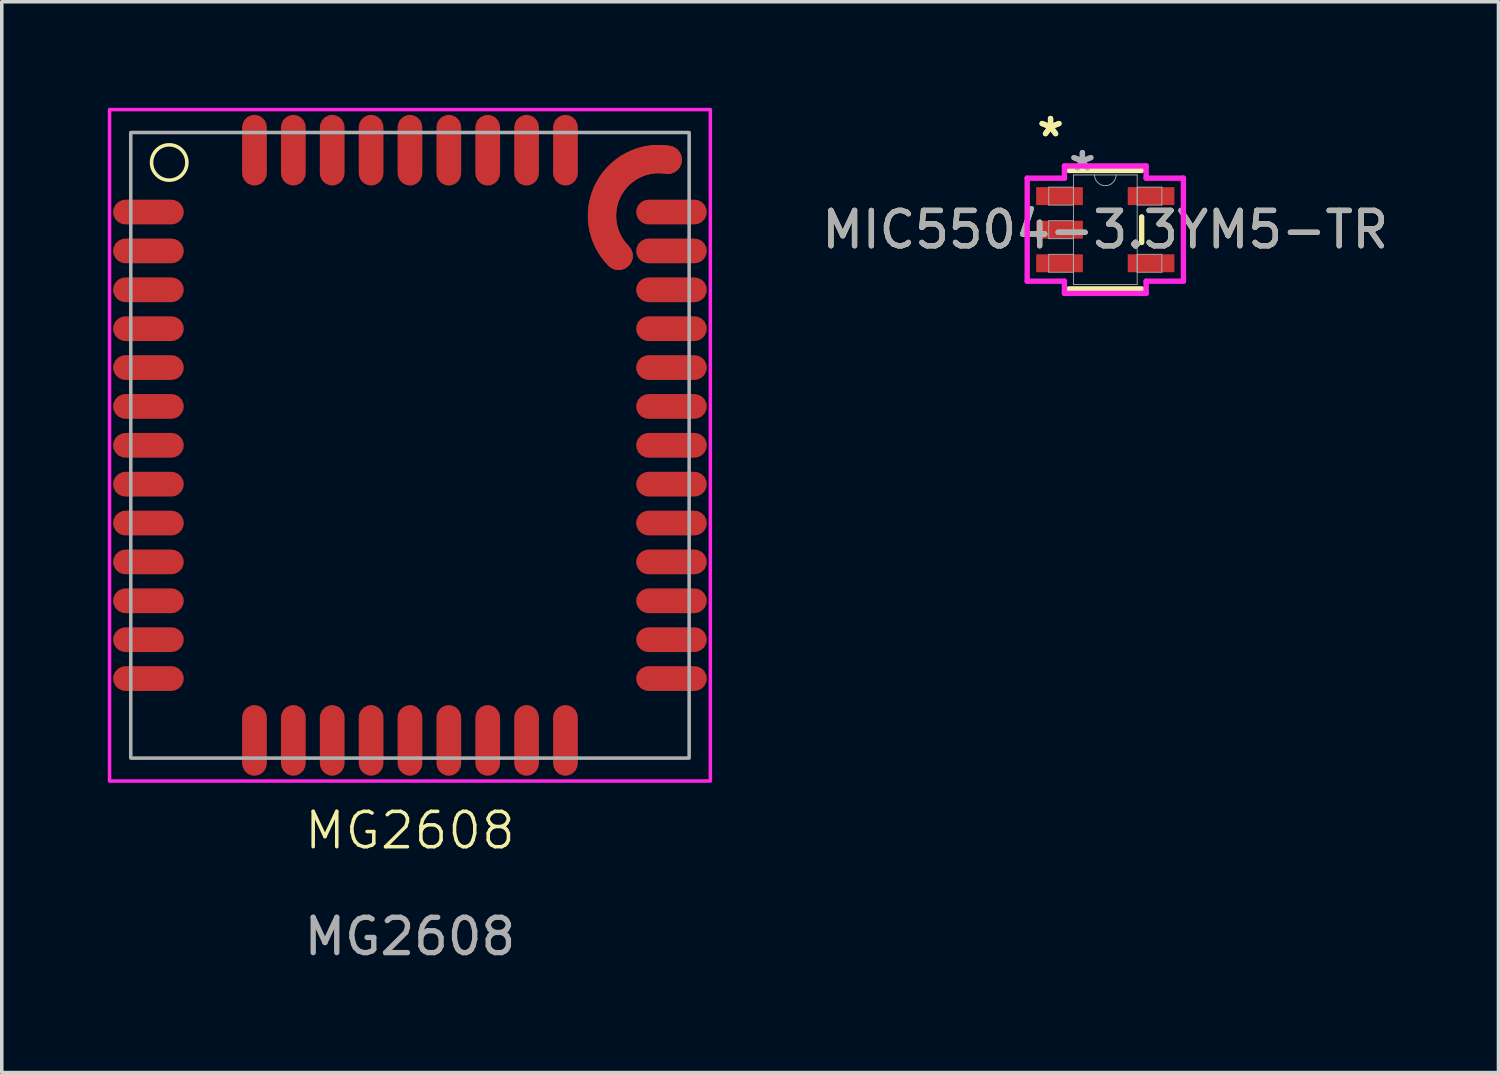
<source format=kicad_pcb>
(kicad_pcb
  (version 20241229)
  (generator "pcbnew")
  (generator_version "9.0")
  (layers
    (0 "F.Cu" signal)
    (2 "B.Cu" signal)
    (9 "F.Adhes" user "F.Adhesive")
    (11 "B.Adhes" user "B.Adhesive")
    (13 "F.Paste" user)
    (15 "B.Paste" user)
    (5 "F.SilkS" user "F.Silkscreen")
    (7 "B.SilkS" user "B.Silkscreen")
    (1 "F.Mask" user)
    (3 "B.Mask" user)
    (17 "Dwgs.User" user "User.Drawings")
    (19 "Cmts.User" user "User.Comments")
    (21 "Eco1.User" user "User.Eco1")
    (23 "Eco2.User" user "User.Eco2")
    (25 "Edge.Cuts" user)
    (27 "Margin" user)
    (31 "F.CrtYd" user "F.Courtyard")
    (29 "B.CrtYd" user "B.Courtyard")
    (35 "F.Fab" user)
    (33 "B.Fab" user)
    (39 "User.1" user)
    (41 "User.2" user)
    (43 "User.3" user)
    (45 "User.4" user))
  (footprint "MG2608"
    (layer "F.Cu")
    (at 8.55 9.55)
    (property "Reference" "MG2608" (at 0 10.9 0) (unlocked yes) (layer "F.SilkS") (effects (font (size 1 1) (thickness 0.1))))
    (attr smd)
    (fp_arc (start 5.904059 -5.36) (mid 5.60994 -7.224656) (end 7.29353 -8.078453) (stroke (width 0.8) (type default)) (layer "F.Cu"))
    (fp_arc (start 5.904059 -5.36) (mid 5.60994 -7.224656) (end 7.29353 -8.078453) (stroke (width 0.8) (type default)) (layer "F.Cu"))
    (fp_circle (center -6.812 -8.002) (end -6.312 -8.002) (stroke (width 0.1) (type default)) (fill no) (layer "F.SilkS"))
    (fp_arc (start 5.904059 -5.36) (mid 5.609939 -7.224655) (end 7.29353 -8.078453) (stroke (width 0.8) (type default)) (layer "F.Paste"))
    (fp_rect (start -8.5 -9.5) (end 8.5 9.5) (stroke (width 0.1) (type default)) (fill no) (layer "F.CrtYd"))
    (fp_rect (start -7.9 -8.85) (end 7.9 8.85) (stroke (width 0.1) (type default)) (fill no) (layer "F.Fab"))
    (fp_text user "${REFERENCE}" (at 0 13.9 0) (unlocked yes) (layer "F.Fab") (effects (font (size 1 1) (thickness 0.15))))
    (pad "1" smd roundrect (at -7.4 -6.6 270) (size 0.7 2) (layers "F.Cu" "F.Mask" "F.Paste") (roundrect_rratio 0.5))
    (pad "2" smd roundrect (at -7.4 -5.5 270) (size 0.7 2) (layers "F.Cu" "F.Mask" "F.Paste") (roundrect_rratio 0.5))
    (pad "3" smd roundrect (at -7.4 -4.4 270) (size 0.7 2) (layers "F.Cu" "F.Mask" "F.Paste") (roundrect_rratio 0.5))
    (pad "4" smd roundrect (at -7.4 -3.3 270) (size 0.7 2) (layers "F.Cu" "F.Mask" "F.Paste") (roundrect_rratio 0.5))
    (pad "5" smd roundrect (at -7.4 -2.2 270) (size 0.7 2) (layers "F.Cu" "F.Mask" "F.Paste") (roundrect_rratio 0.5))
    (pad "6" smd roundrect (at -7.4 -1.1 270) (size 0.7 2) (layers "F.Cu" "F.Mask" "F.Paste") (roundrect_rratio 0.5))
    (pad "7" smd roundrect (at -7.4 0 270) (size 0.7 2) (layers "F.Cu" "F.Mask" "F.Paste") (roundrect_rratio 0.5))
    (pad "8" smd roundrect (at -7.4 1.1 270) (size 0.7 2) (layers "F.Cu" "F.Mask" "F.Paste") (roundrect_rratio 0.5))
    (pad "9" smd roundrect (at -7.4 2.2 270) (size 0.7 2) (layers "F.Cu" "F.Mask" "F.Paste") (roundrect_rratio 0.5))
    (pad "10" smd roundrect (at -7.4 3.3 270) (size 0.7 2) (layers "F.Cu" "F.Mask" "F.Paste") (roundrect_rratio 0.5))
    (pad "11" smd roundrect (at -7.4 4.4 270) (size 0.7 2) (layers "F.Cu" "F.Mask" "F.Paste") (roundrect_rratio 0.5))
    (pad "12" smd roundrect (at -7.4 5.5 270) (size 0.7 2) (layers "F.Cu" "F.Mask" "F.Paste") (roundrect_rratio 0.5))
    (pad "13" smd roundrect (at -7.4 6.6 270) (size 0.7 2) (layers "F.Cu" "F.Mask" "F.Paste") (roundrect_rratio 0.5))
    (pad "14" smd roundrect (at -4.4 8.35) (size 0.7 2) (layers "F.Cu" "F.Mask" "F.Paste") (roundrect_rratio 0.5))
    (pad "15" smd roundrect (at -3.3 8.35) (size 0.7 2) (layers "F.Cu" "F.Mask" "F.Paste") (roundrect_rratio 0.5))
    (pad "16" smd roundrect (at -2.2 8.35) (size 0.7 2) (layers "F.Cu" "F.Mask" "F.Paste") (roundrect_rratio 0.5))
    (pad "17" smd roundrect (at -1.1 8.35) (size 0.7 2) (layers "F.Cu" "F.Mask" "F.Paste") (roundrect_rratio 0.5))
    (pad "18" smd roundrect (at 0 8.35) (size 0.7 2) (layers "F.Cu" "F.Mask" "F.Paste") (roundrect_rratio 0.5))
    (pad "19" smd roundrect (at 1.1 8.35) (size 0.7 2) (layers "F.Cu" "F.Mask" "F.Paste") (roundrect_rratio 0.5))
    (pad "20" smd roundrect (at 2.2 8.35) (size 0.7 2) (layers "F.Cu" "F.Mask" "F.Paste") (roundrect_rratio 0.5))
    (pad "21" smd roundrect (at 3.3 8.35) (size 0.7 2) (layers "F.Cu" "F.Mask" "F.Paste") (roundrect_rratio 0.5))
    (pad "22" smd roundrect (at 4.4 8.35) (size 0.7 2) (layers "F.Cu" "F.Mask" "F.Paste") (roundrect_rratio 0.5))
    (pad "23" smd roundrect (at 7.4 6.6 90) (size 0.7 2) (layers "F.Cu" "F.Mask" "F.Paste") (roundrect_rratio 0.5))
    (pad "24" smd roundrect (at 7.4 5.5 90) (size 0.7 2) (layers "F.Cu" "F.Mask" "F.Paste") (roundrect_rratio 0.5))
    (pad "25" smd roundrect (at 7.4 4.4 90) (size 0.7 2) (layers "F.Cu" "F.Mask" "F.Paste") (roundrect_rratio 0.5))
    (pad "26" smd roundrect (at 7.4 3.3 90) (size 0.7 2) (layers "F.Cu" "F.Mask" "F.Paste") (roundrect_rratio 0.5))
    (pad "27" smd roundrect (at 7.4 2.2 90) (size 0.7 2) (layers "F.Cu" "F.Mask" "F.Paste") (roundrect_rratio 0.5))
    (pad "28" smd roundrect (at 7.4 1.1 90) (size 0.7 2) (layers "F.Cu" "F.Mask" "F.Paste") (roundrect_rratio 0.5))
    (pad "29" smd roundrect (at 7.4 0 90) (size 0.7 2) (layers "F.Cu" "F.Mask" "F.Paste") (roundrect_rratio 0.5))
    (pad "30" smd roundrect (at 7.4 -1.1 90) (size 0.7 2) (layers "F.Cu" "F.Mask" "F.Paste") (roundrect_rratio 0.5))
    (pad "31" smd roundrect (at 7.4 -2.2 90) (size 0.7 2) (layers "F.Cu" "F.Mask" "F.Paste") (roundrect_rratio 0.5))
    (pad "32" smd roundrect (at 7.4 -3.3 90) (size 0.7 2) (layers "F.Cu" "F.Mask" "F.Paste") (roundrect_rratio 0.5))
    (pad "33" smd roundrect (at 7.4 -4.4 90) (size 0.7 2) (layers "F.Cu" "F.Mask" "F.Paste") (roundrect_rratio 0.5))
    (pad "34" smd roundrect (at 7.4 -5.5 90) (size 0.7 2) (layers "F.Cu" "F.Mask" "F.Paste") (roundrect_rratio 0.5))
    (pad "35" smd roundrect (at 7.4 -6.6 90) (size 0.7 2) (layers "F.Cu" "F.Mask" "F.Paste") (roundrect_rratio 0.5))
    (pad "36" smd roundrect (at 4.4 -8.35) (size 0.7 2) (layers "F.Cu" "F.Mask" "F.Paste") (roundrect_rratio 0.5))
    (pad "37" smd roundrect (at 3.3 -8.35) (size 0.7 2) (layers "F.Cu" "F.Mask" "F.Paste") (roundrect_rratio 0.5))
    (pad "38" smd roundrect (at 2.2 -8.35) (size 0.7 2) (layers "F.Cu" "F.Mask" "F.Paste") (roundrect_rratio 0.5))
    (pad "39" smd roundrect (at 1.1 -8.35) (size 0.7 2) (layers "F.Cu" "F.Mask" "F.Paste") (roundrect_rratio 0.5))
    (pad "40" smd roundrect (at 0 -8.35) (size 0.7 2) (layers "F.Cu" "F.Mask" "F.Paste") (roundrect_rratio 0.5))
    (pad "41" smd roundrect (at -1.1 -8.35) (size 0.7 2) (layers "F.Cu" "F.Mask" "F.Paste") (roundrect_rratio 0.5))
    (pad "42" smd roundrect (at -2.2 -8.35) (size 0.7 2) (layers "F.Cu" "F.Mask" "F.Paste") (roundrect_rratio 0.5))
    (pad "43" smd roundrect (at -3.3 -8.35) (size 0.7 2) (layers "F.Cu" "F.Mask" "F.Paste") (roundrect_rratio 0.5))
    (pad "44" smd roundrect (at -4.4 -8.35) (size 0.7 2) (layers "F.Cu" "F.Mask" "F.Paste") (roundrect_rratio 0.5)))
  (footprint "MIC5504-3.3YM5-TR"
    (layer "F.Cu")
    (at 28.225 3.449)
    (property "Reference" "MIC5504-3.3YM5-TR" (at 0 0 0) (unlocked yes) (layer "F.SilkS") (effects (font (size 1 1) (thickness 0.15))))
    (attr smd)
    (fp_line (start -1.029 1.676) (end 1.029 1.676) (stroke (width 0.152) (type solid)) (layer "F.SilkS"))
    (fp_line (start 1.029 -1.676) (end -1.029 -1.676) (stroke (width 0.152) (type solid)) (layer "F.SilkS"))
    (fp_line (start 1.029 0.363) (end 1.029 -0.363) (stroke (width 0.152) (type solid)) (layer "F.SilkS"))
    (fp_line (start -2.21 -1.458) (end -1.156 -1.458) (stroke (width 0.152) (type solid)) (layer "F.CrtYd"))
    (fp_line (start -2.21 1.458) (end -2.21 -1.458) (stroke (width 0.152) (type solid)) (layer "F.CrtYd"))
    (fp_line (start -1.156 -1.803) (end 1.156 -1.803) (stroke (width 0.152) (type solid)) (layer "F.CrtYd"))
    (fp_line (start -1.156 -1.458) (end -1.156 -1.803) (stroke (width 0.152) (type solid)) (layer "F.CrtYd"))
    (fp_line (start -1.156 1.458) (end -2.21 1.458) (stroke (width 0.152) (type solid)) (layer "F.CrtYd"))
    (fp_line (start -1.156 1.803) (end -1.156 1.458) (stroke (width 0.152) (type solid)) (layer "F.CrtYd"))
    (fp_line (start 1.156 -1.803) (end 1.156 -1.458) (stroke (width 0.152) (type solid)) (layer "F.CrtYd"))
    (fp_line (start 1.156 -1.458) (end 2.21 -1.458) (stroke (width 0.152) (type solid)) (layer "F.CrtYd"))
    (fp_line (start 1.156 1.458) (end 1.156 1.803) (stroke (width 0.152) (type solid)) (layer "F.CrtYd"))
    (fp_line (start 1.156 1.803) (end -1.156 1.803) (stroke (width 0.152) (type solid)) (layer "F.CrtYd"))
    (fp_line (start 2.21 -1.458) (end 2.21 1.458) (stroke (width 0.152) (type solid)) (layer "F.CrtYd"))
    (fp_line (start 2.21 1.458) (end 1.156 1.458) (stroke (width 0.152) (type solid)) (layer "F.CrtYd"))
    (fp_line (start -1.6 -1.204) (end -1.6 -0.696) (stroke (width 0.025) (type solid)) (layer "F.Fab"))
    (fp_line (start -1.6 -0.696) (end -0.902 -0.696) (stroke (width 0.025) (type solid)) (layer "F.Fab"))
    (fp_line (start -1.6 -0.254) (end -1.6 0.254) (stroke (width 0.025) (type solid)) (layer "F.Fab"))
    (fp_line (start -1.6 0.254) (end -0.902 0.254) (stroke (width 0.025) (type solid)) (layer "F.Fab"))
    (fp_line (start -1.6 0.696) (end -1.6 1.204) (stroke (width 0.025) (type solid)) (layer "F.Fab"))
    (fp_line (start -1.6 1.204) (end -0.902 1.204) (stroke (width 0.025) (type solid)) (layer "F.Fab"))
    (fp_line (start -0.902 -1.549) (end -0.902 1.549) (stroke (width 0.025) (type solid)) (layer "F.Fab"))
    (fp_line (start -0.902 -1.204) (end -1.6 -1.204) (stroke (width 0.025) (type solid)) (layer "F.Fab"))
    (fp_line (start -0.902 -0.696) (end -0.902 -1.204) (stroke (width 0.025) (type solid)) (layer "F.Fab"))
    (fp_line (start -0.902 -0.254) (end -1.6 -0.254) (stroke (width 0.025) (type solid)) (layer "F.Fab"))
    (fp_line (start -0.902 0.254) (end -0.902 -0.254) (stroke (width 0.025) (type solid)) (layer "F.Fab"))
    (fp_line (start -0.902 0.696) (end -1.6 0.696) (stroke (width 0.025) (type solid)) (layer "F.Fab"))
    (fp_line (start -0.902 1.204) (end -0.902 0.696) (stroke (width 0.025) (type solid)) (layer "F.Fab"))
    (fp_line (start -0.902 1.549) (end 0.902 1.549) (stroke (width 0.025) (type solid)) (layer "F.Fab"))
    (fp_line (start 0.902 -1.549) (end -0.902 -1.549) (stroke (width 0.025) (type solid)) (layer "F.Fab"))
    (fp_line (start 0.902 -1.204) (end 0.902 -0.696) (stroke (width 0.025) (type solid)) (layer "F.Fab"))
    (fp_line (start 0.902 -0.696) (end 1.6 -0.696) (stroke (width 0.025) (type solid)) (layer "F.Fab"))
    (fp_line (start 0.902 0.696) (end 0.902 1.204) (stroke (width 0.025) (type solid)) (layer "F.Fab"))
    (fp_line (start 0.902 1.204) (end 1.6 1.204) (stroke (width 0.025) (type solid)) (layer "F.Fab"))
    (fp_line (start 0.902 1.549) (end 0.902 -1.549) (stroke (width 0.025) (type solid)) (layer "F.Fab"))
    (fp_line (start 1.6 -1.204) (end 0.902 -1.204) (stroke (width 0.025) (type solid)) (layer "F.Fab"))
    (fp_line (start 1.6 -0.696) (end 1.6 -1.204) (stroke (width 0.025) (type solid)) (layer "F.Fab"))
    (fp_line (start 1.6 0.696) (end 0.902 0.696) (stroke (width 0.025) (type solid)) (layer "F.Fab"))
    (fp_line (start 1.6 1.204) (end 1.6 0.696) (stroke (width 0.025) (type solid)) (layer "F.Fab"))
    (fp_arc (start 0.3048 -1.5494) (mid 0 -1.2446) (end -0.3048 -1.5494) (stroke (width 0.0254) (type solid)) (layer "F.Fab"))
    (fp_text user "*" (at -1.549 -2.601 0) (unlocked yes) (layer "F.SilkS") (effects (font (size 1 1) (thickness 0.15))))
    (fp_text user "*" (at -1.549 -2.601 0) (layer "F.SilkS") (effects (font (size 1 1) (thickness 0.15))))
    (fp_text user "*" (at -0.648 -1.636 0) (layer "F.Fab") (effects (font (size 1 1) (thickness 0.15))))
    (fp_text user "${REFERENCE}" (at 0 0 0) (unlocked yes) (layer "F.Fab") (effects (font (size 1 1) (thickness 0.15))))
    (fp_text user "*" (at -0.648 -1.636 0) (unlocked yes) (layer "F.Fab") (effects (font (size 1 1) (thickness 0.15))))
    (pad "1" smd rect (at -1.295 -0.95) (size 1.321 0.508) (layers "F.Cu" "F.Mask" "F.Paste"))
    (pad "2" smd rect (at -1.295 0) (size 1.321 0.508) (layers "F.Cu" "F.Mask" "F.Paste"))
    (pad "3" smd rect (at -1.295 0.95) (size 1.321 0.508) (layers "F.Cu" "F.Mask" "F.Paste"))
    (pad "4" smd rect (at 1.295 0.95) (size 1.321 0.508) (layers "F.Cu" "F.Mask" "F.Paste"))
    (pad "5" smd rect (at 1.295 -0.95) (size 1.321 0.508) (layers "F.Cu" "F.Mask" "F.Paste")))
  (gr_rect
    (start -3 -3)
    (end 39.35 27.298)
    (stroke (width 0.1) (type default))
    (fill no)
    (layer "Edge.Cuts")))
</source>
